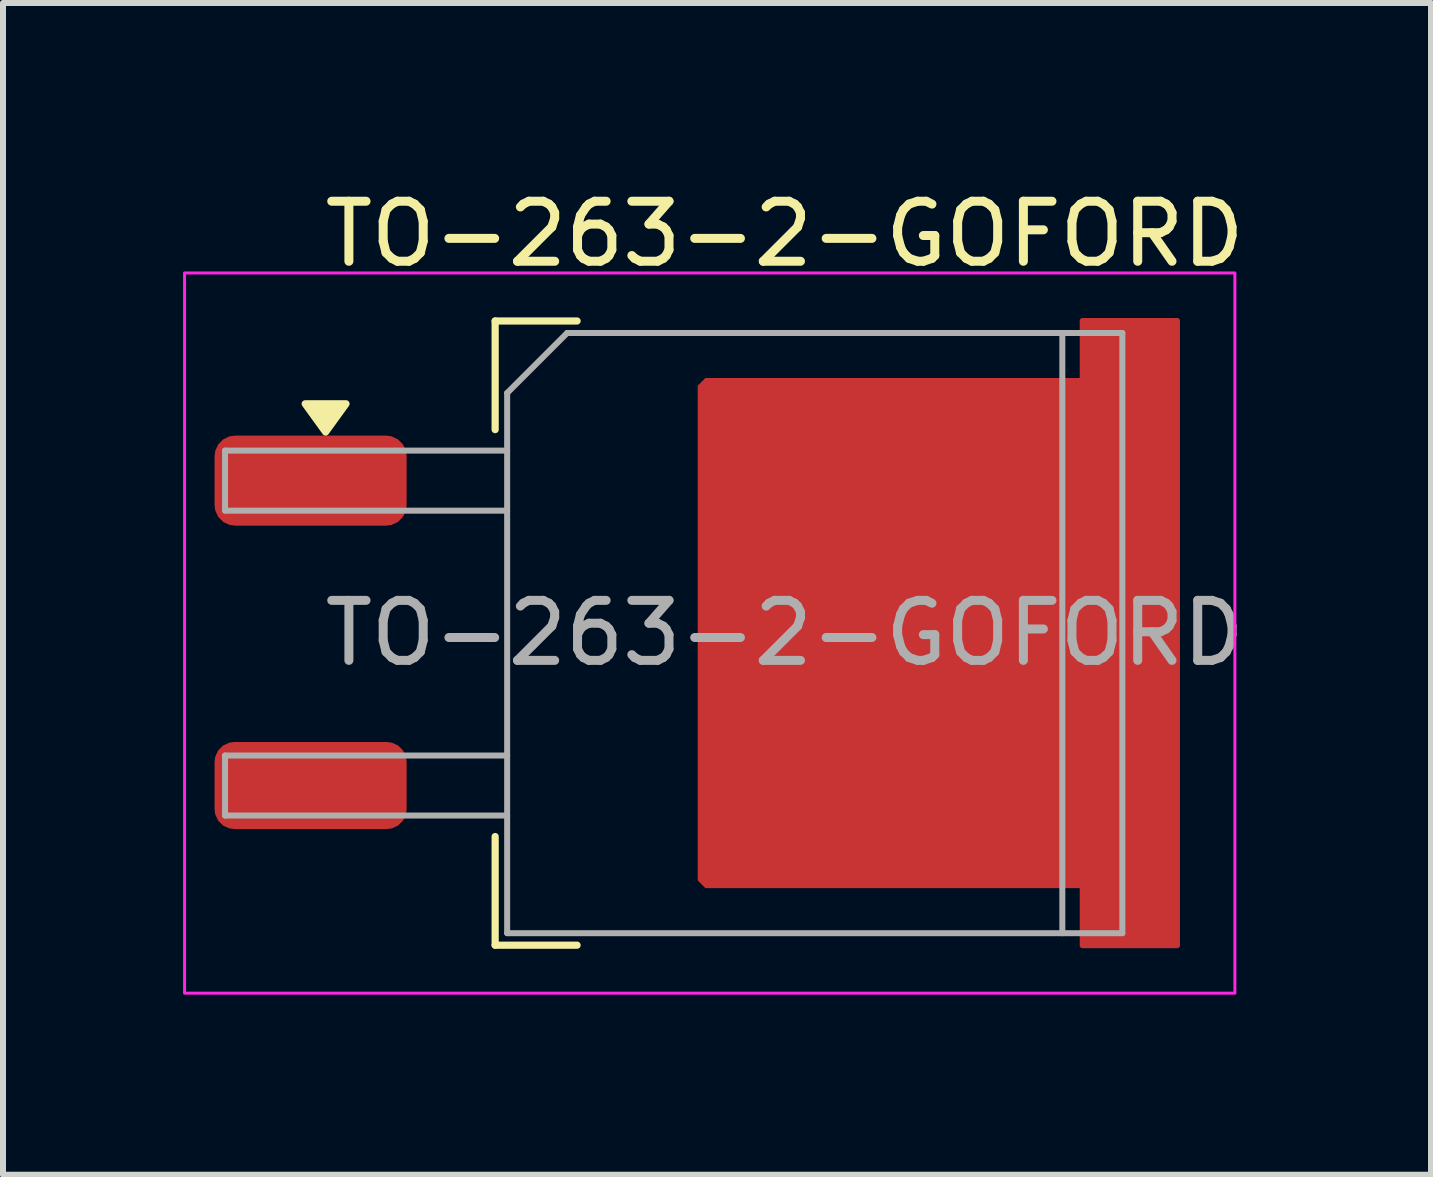
<source format=kicad_pcb>
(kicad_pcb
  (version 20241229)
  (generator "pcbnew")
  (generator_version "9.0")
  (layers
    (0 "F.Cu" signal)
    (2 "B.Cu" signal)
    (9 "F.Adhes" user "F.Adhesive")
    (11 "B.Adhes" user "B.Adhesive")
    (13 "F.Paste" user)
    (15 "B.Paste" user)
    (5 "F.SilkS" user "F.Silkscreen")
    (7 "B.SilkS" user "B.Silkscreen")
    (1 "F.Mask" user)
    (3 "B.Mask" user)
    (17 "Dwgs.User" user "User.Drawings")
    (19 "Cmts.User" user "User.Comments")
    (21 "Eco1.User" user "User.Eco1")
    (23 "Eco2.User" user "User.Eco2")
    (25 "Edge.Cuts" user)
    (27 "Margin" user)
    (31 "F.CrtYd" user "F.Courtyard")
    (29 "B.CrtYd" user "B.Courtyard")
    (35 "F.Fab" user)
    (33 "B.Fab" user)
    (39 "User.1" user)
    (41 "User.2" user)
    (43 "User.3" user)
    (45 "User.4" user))
  (footprint "TO-263-2-GOFORD"
    (layer "F.Cu")
    (at 10.025 7.498)
    (property "Reference" "TO-263-2-GOFORD" (at 0 -6.65 0) (layer "F.SilkS") (effects (font (size 1 1) (thickness 0.15))))
    (attr smd)
    (fp_line (start -4.825 -5.2) (end -4.825 -3.39) (stroke (width 0.12) (type solid)) (layer "F.SilkS"))
    (fp_line (start -4.825 5.2) (end -4.825 3.39) (stroke (width 0.12) (type solid)) (layer "F.SilkS"))
    (fp_line (start -3.46 -5.2) (end -4.825 -5.2) (stroke (width 0.12) (type solid)) (layer "F.SilkS"))
    (fp_line (start -3.46 5.2) (end -4.825 5.2) (stroke (width 0.12) (type solid)) (layer "F.SilkS"))
    (fp_poly (pts (xy -7.65 -3.35) (xy -7.99 -3.82) (xy -7.31 -3.82) (xy -7.65 -3.35)) (stroke (width 0.12) (type solid)) (fill yes) (layer "F.SilkS"))
    (fp_rect (start -10 -6) (end 7.5 6) (stroke (width 0.05) (type default)) (fill no) (layer "F.CrtYd"))
    (fp_line (start -9.325 -3.04) (end -9.325 -2.04) (stroke (width 0.1) (type solid)) (layer "F.Fab"))
    (fp_line (start -9.325 -2.04) (end -4.625 -2.04) (stroke (width 0.1) (type solid)) (layer "F.Fab"))
    (fp_line (start -9.325 2.04) (end -9.325 3.04) (stroke (width 0.1) (type solid)) (layer "F.Fab"))
    (fp_line (start -9.325 3.04) (end -4.625 3.04) (stroke (width 0.1) (type solid)) (layer "F.Fab"))
    (fp_line (start -4.625 -4) (end -3.625 -5) (stroke (width 0.1) (type solid)) (layer "F.Fab"))
    (fp_line (start -4.625 -3.04) (end -9.325 -3.04) (stroke (width 0.1) (type solid)) (layer "F.Fab"))
    (fp_line (start -4.625 2.04) (end -9.325 2.04) (stroke (width 0.1) (type solid)) (layer "F.Fab"))
    (fp_line (start -4.625 5) (end -4.625 -4) (stroke (width 0.1) (type solid)) (layer "F.Fab"))
    (fp_line (start -3.625 -5) (end 4.625 -5) (stroke (width 0.1) (type solid)) (layer "F.Fab"))
    (fp_line (start 4.625 -5) (end 4.625 5) (stroke (width 0.1) (type solid)) (layer "F.Fab"))
    (fp_line (start 4.625 -5) (end 5.625 -5) (stroke (width 0.1) (type solid)) (layer "F.Fab"))
    (fp_line (start 4.625 5) (end -4.625 5) (stroke (width 0.1) (type solid)) (layer "F.Fab"))
    (fp_line (start 5.625 -5) (end 5.625 5) (stroke (width 0.1) (type solid)) (layer "F.Fab"))
    (fp_line (start 5.625 5) (end 4.625 5) (stroke (width 0.1) (type solid)) (layer "F.Fab"))
    (fp_text user "${REFERENCE}" (at 0 0 0) (layer "F.Fab") (effects (font (size 1 1) (thickness 0.15))))
    (pad "1" smd roundrect (at -7.9 -2.54) (size 3.2 1.5) (layers "F.Cu" "F.Mask" "F.Paste") (roundrect_rratio 0.227))
    (pad "2" smd roundrect (at 1.75 0) (size 6.4 8.5) (layers "F.Cu" "F.Mask" "F.Paste") (roundrect_rratio 0) (chamfer_ratio 0.02) (chamfer top_left bottom_left))
    (pad "2" smd roundrect (at 5.75 0) (size 1.67 10.5) (layers "F.Cu" "F.Mask" "F.Paste") (roundrect_rratio 0.027))
    (pad "3" smd roundrect (at -7.9 2.54) (size 3.2 1.45) (layers "F.Cu" "F.Mask" "F.Paste") (roundrect_rratio 0.227)))
  (gr_rect
    (start -3 -3)
    (end 20.793 16.523)
    (stroke (width 0.1) (type default))
    (fill no)
    (layer "Edge.Cuts")))
</source>
